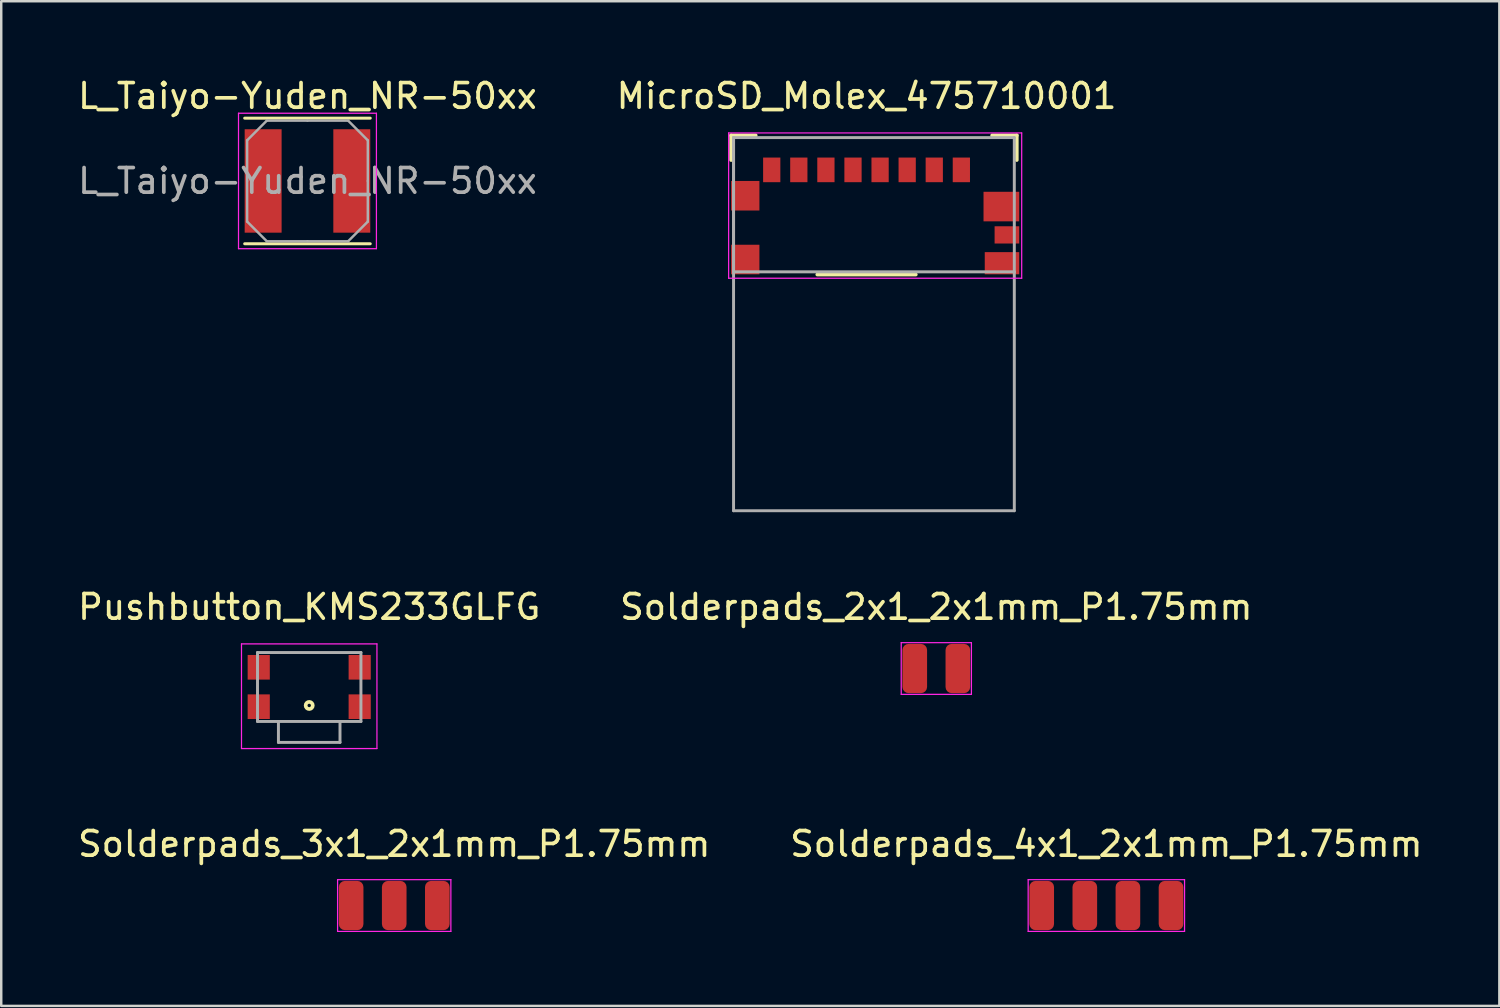
<source format=kicad_pcb>
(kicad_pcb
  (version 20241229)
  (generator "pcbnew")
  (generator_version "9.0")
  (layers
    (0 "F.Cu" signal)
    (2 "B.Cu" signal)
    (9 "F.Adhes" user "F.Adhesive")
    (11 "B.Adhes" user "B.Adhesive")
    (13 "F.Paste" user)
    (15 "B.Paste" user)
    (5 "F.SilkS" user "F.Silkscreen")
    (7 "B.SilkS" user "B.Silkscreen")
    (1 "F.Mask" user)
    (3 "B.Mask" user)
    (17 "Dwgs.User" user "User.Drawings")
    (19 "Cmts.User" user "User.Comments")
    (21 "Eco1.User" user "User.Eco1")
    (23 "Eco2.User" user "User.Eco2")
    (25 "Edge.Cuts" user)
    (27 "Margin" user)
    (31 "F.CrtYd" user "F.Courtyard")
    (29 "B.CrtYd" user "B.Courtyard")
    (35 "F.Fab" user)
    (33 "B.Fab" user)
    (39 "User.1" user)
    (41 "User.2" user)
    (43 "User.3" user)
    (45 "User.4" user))
  (footprint "MicroSD_Molex_475710001"
    (layer "F.Cu")
    (at 32.137 3.848)
    (property "Reference" "MicroSD_Molex_475710001" (at 0 -3 0) (layer "F.SilkS") (effects (font (size 1 1) (thickness 0.15))))
    (attr through_hole)
    (fp_line (start -5.5 -1.4) (end -4.5 -1.4) (stroke (width 0.15) (type solid)) (layer "F.SilkS"))
    (fp_line (start -5.5 -0.4) (end -5.5 -1.4) (stroke (width 0.15) (type solid)) (layer "F.SilkS"))
    (fp_line (start -2 4.25) (end 2 4.25) (stroke (width 0.15) (type solid)) (layer "F.SilkS"))
    (fp_line (start 6.1 -1.4) (end 5.1 -1.4) (stroke (width 0.15) (type solid)) (layer "F.SilkS"))
    (fp_line (start 6.1 -0.4) (end 6.1 -1.4) (stroke (width 0.15) (type solid)) (layer "F.SilkS"))
    (fp_line (start -5.6 -1.5) (end -5.6 4.4) (stroke (width 0.05) (type solid)) (layer "F.CrtYd"))
    (fp_line (start -5.6 4.4) (end 6.3 4.4) (stroke (width 0.05) (type solid)) (layer "F.CrtYd"))
    (fp_line (start 6.3 -1.5) (end -5.6 -1.5) (stroke (width 0.05) (type solid)) (layer "F.CrtYd"))
    (fp_line (start 6.3 4.4) (end 6.3 -1.5) (stroke (width 0.05) (type solid)) (layer "F.CrtYd"))
    (fp_line (start -5.4 -1.31) (end -5.4 4.14) (stroke (width 0.12) (type solid)) (layer "F.Fab"))
    (fp_line (start -5.4 -1.31) (end -5.4 13.84) (stroke (width 0.12) (type solid)) (layer "F.Fab"))
    (fp_line (start -5.4 13.84) (end 6 13.84) (stroke (width 0.12) (type solid)) (layer "F.Fab"))
    (fp_line (start 6 -1.31) (end -5.4 -1.31) (stroke (width 0.12) (type solid)) (layer "F.Fab"))
    (fp_line (start 6 -1.31) (end 6 4.14) (stroke (width 0.12) (type solid)) (layer "F.Fab"))
    (fp_line (start 6 4.14) (end -5.4 4.14) (stroke (width 0.12) (type solid)) (layer "F.Fab"))
    (fp_line (start 6 4.14) (end 6 13.84) (stroke (width 0.12) (type solid)) (layer "F.Fab"))
    (pad "1" smd rect (at 3.85 0) (size 0.7 1) (layers "F.Cu" "F.Mask" "F.Paste"))
    (pad "2" smd rect (at 2.75 0) (size 0.7 1) (layers "F.Cu" "F.Mask" "F.Paste"))
    (pad "3" smd rect (at 1.65 0) (size 0.7 1) (layers "F.Cu" "F.Mask" "F.Paste"))
    (pad "4" smd rect (at 0.55 0) (size 0.7 1) (layers "F.Cu" "F.Mask" "F.Paste"))
    (pad "5" smd rect (at -0.55 0) (size 0.7 1) (layers "F.Cu" "F.Mask" "F.Paste"))
    (pad "6" smd rect (at -1.65 0) (size 0.7 1) (layers "F.Cu" "F.Mask" "F.Paste"))
    (pad "7" smd rect (at -2.75 0) (size 0.7 1) (layers "F.Cu" "F.Mask" "F.Paste"))
    (pad "8" smd rect (at -3.85 0) (size 0.7 1) (layers "F.Cu" "F.Mask" "F.Paste"))
    (pad "9" smd rect (at -4.925 1.05) (size 1.15 1.2) (layers "F.Cu" "F.Mask" "F.Paste"))
    (pad "9" smd rect (at -4.925 3.64) (size 1.15 1.2) (layers "F.Cu" "F.Mask" "F.Paste"))
    (pad "9" smd rect (at 5.475 1.49) (size 1.45 1.2) (layers "F.Cu" "F.Mask" "F.Paste"))
    (pad "G4" smd rect (at 5.7 2.64) (size 1 0.7) (layers "F.Cu" "F.Mask" "F.Paste"))
    (pad "G5" smd rect (at 5.5 3.79) (size 1.4 0.9) (layers "F.Cu" "F.Mask" "F.Paste")))
  (footprint "Solderpads_3x1_2x1mm_P1.75mm"
    (layer "F.Cu")
    (at 12.958 33.72)
    (property "Reference" "Solderpads_3x1_2x1mm_P1.75mm" (at 0 -2.5 0) (layer "F.SilkS") (effects (font (size 1 1) (thickness 0.15))))
    (attr smd)
    (fp_line (start -2.3 -1.05) (end -2.3 1.05) (stroke (width 0.05) (type solid)) (layer "F.CrtYd"))
    (fp_line (start -2.3 -1.05) (end 2.3 -1.05) (stroke (width 0.05) (type solid)) (layer "F.CrtYd"))
    (fp_line (start -2.3 1.05) (end 2.3 1.05) (stroke (width 0.05) (type solid)) (layer "F.CrtYd"))
    (fp_line (start 2.3 -1.05) (end 2.3 1.05) (stroke (width 0.05) (type solid)) (layer "F.CrtYd"))
    (pad "1" connect roundrect (at -1.75 0) (size 1 2) (layers "F.Cu" "F.Mask") (roundrect_rratio 0.25))
    (pad "2" connect roundrect (at 0 0) (size 1 2) (layers "F.Cu" "F.Mask") (roundrect_rratio 0.25))
    (pad "3" connect roundrect (at 1.75 0) (size 1 2) (layers "F.Cu" "F.Mask") (roundrect_rratio 0.25)))
  (footprint "L_Taiyo-Yuden_NR-50xx"
    (layer "F.Cu")
    (at 9.435 4.298)
    (property "Reference" "L_Taiyo-Yuden_NR-50xx" (at 0 -3.45 0) (layer "F.SilkS") (effects (font (size 1 1) (thickness 0.15))))
    (attr smd)
    (fp_line (start -2.55 -2.55) (end 2.55 -2.55) (stroke (width 0.12) (type solid)) (layer "F.SilkS"))
    (fp_line (start -2.55 2.55) (end 2.55 2.55) (stroke (width 0.12) (type solid)) (layer "F.SilkS"))
    (fp_line (start -2.8 -2.75) (end -2.8 2.75) (stroke (width 0.05) (type solid)) (layer "F.CrtYd"))
    (fp_line (start -2.8 2.75) (end 2.8 2.75) (stroke (width 0.05) (type solid)) (layer "F.CrtYd"))
    (fp_line (start 2.8 -2.75) (end -2.8 -2.75) (stroke (width 0.05) (type solid)) (layer "F.CrtYd"))
    (fp_line (start 2.8 2.75) (end 2.8 -2.75) (stroke (width 0.05) (type solid)) (layer "F.CrtYd"))
    (fp_line (start -2.45 -1.65) (end -1.65 -2.45) (stroke (width 0.1) (type solid)) (layer "F.Fab"))
    (fp_line (start -2.45 0) (end -2.45 -1.65) (stroke (width 0.1) (type solid)) (layer "F.Fab"))
    (fp_line (start -2.45 0) (end -2.45 1.65) (stroke (width 0.1) (type solid)) (layer "F.Fab"))
    (fp_line (start -2.45 1.65) (end -1.65 2.45) (stroke (width 0.1) (type solid)) (layer "F.Fab"))
    (fp_line (start -1.65 -2.45) (end 0 -2.45) (stroke (width 0.1) (type solid)) (layer "F.Fab"))
    (fp_line (start -1.65 2.45) (end 0 2.45) (stroke (width 0.1) (type solid)) (layer "F.Fab"))
    (fp_line (start 1.65 -2.45) (end 0 -2.45) (stroke (width 0.1) (type solid)) (layer "F.Fab"))
    (fp_line (start 1.65 2.45) (end 0 2.45) (stroke (width 0.1) (type solid)) (layer "F.Fab"))
    (fp_line (start 2.45 -1.65) (end 1.65 -2.45) (stroke (width 0.1) (type solid)) (layer "F.Fab"))
    (fp_line (start 2.45 0) (end 2.45 -1.65) (stroke (width 0.1) (type solid)) (layer "F.Fab"))
    (fp_line (start 2.45 0) (end 2.45 1.65) (stroke (width 0.1) (type solid)) (layer "F.Fab"))
    (fp_line (start 2.45 1.65) (end 1.65 2.45) (stroke (width 0.1) (type solid)) (layer "F.Fab"))
    (fp_text user "${REFERENCE}" (at 0 0 0) (layer "F.Fab") (effects (font (size 1 1) (thickness 0.15))))
    (pad "1" smd rect (at -1.8 0) (size 1.5 4.2) (layers "F.Cu" "F.Mask" "F.Paste"))
    (pad "2" smd rect (at 1.8 0) (size 1.5 4.2) (layers "F.Cu" "F.Mask" "F.Paste")))
  (footprint "Solderpads_4x1_2x1mm_P1.75mm"
    (layer "F.Cu")
    (at 41.875 33.72)
    (property "Reference" "Solderpads_4x1_2x1mm_P1.75mm" (at 0 -2.5 0) (layer "F.SilkS") (effects (font (size 1 1) (thickness 0.15))))
    (attr smd)
    (fp_line (start -3.175 -1.05) (end -3.175 1.05) (stroke (width 0.05) (type solid)) (layer "F.CrtYd"))
    (fp_line (start -3.175 -1.05) (end 3.175 -1.05) (stroke (width 0.05) (type solid)) (layer "F.CrtYd"))
    (fp_line (start -3.175 1.05) (end 3.175 1.05) (stroke (width 0.05) (type solid)) (layer "F.CrtYd"))
    (fp_line (start 3.175 -1.05) (end 3.175 1.05) (stroke (width 0.05) (type solid)) (layer "F.CrtYd"))
    (pad "1" connect roundrect (at -2.625 0) (size 1 2) (layers "F.Cu" "F.Mask") (roundrect_rratio 0.25))
    (pad "2" connect roundrect (at -0.875 0) (size 1 2) (layers "F.Cu" "F.Mask") (roundrect_rratio 0.25))
    (pad "3" connect roundrect (at 0.875 0) (size 1 2) (layers "F.Cu" "F.Mask") (roundrect_rratio 0.25))
    (pad "4" connect roundrect (at 2.625 0) (size 1 2) (layers "F.Cu" "F.Mask") (roundrect_rratio 0.25)))
  (footprint "Solderpads_2x1_2x1mm_P1.75mm"
    (layer "F.Cu")
    (at 34.97 24.096)
    (property "Reference" "Solderpads_2x1_2x1mm_P1.75mm" (at 0 -2.5 0) (layer "F.SilkS") (effects (font (size 1 1) (thickness 0.15))))
    (attr smd)
    (fp_line (start -1.425 -1.05) (end -1.425 1.05) (stroke (width 0.05) (type solid)) (layer "F.CrtYd"))
    (fp_line (start -1.425 -1.05) (end 1.425 -1.05) (stroke (width 0.05) (type solid)) (layer "F.CrtYd"))
    (fp_line (start -1.425 1.05) (end 1.425 1.05) (stroke (width 0.05) (type solid)) (layer "F.CrtYd"))
    (fp_line (start 1.425 -1.05) (end 1.425 1.05) (stroke (width 0.05) (type solid)) (layer "F.CrtYd"))
    (pad "1" connect roundrect (at -0.875 0) (size 1 2) (layers "F.Cu" "F.Mask") (roundrect_rratio 0.25))
    (pad "2" connect roundrect (at 0.875 0) (size 1 2) (layers "F.Cu" "F.Mask") (roundrect_rratio 0.25)))
  (footprint "Pushbutton_KMS233GLFG"
    (layer "F.Cu")
    (at 9.506 24.846)
    (property "Reference" "Pushbutton_KMS233GLFG" (at 0 -3.25 0) (layer "F.SilkS") (effects (font (size 1 1) (thickness 0.15))))
    (attr through_hole)
    (fp_circle (center 0 0.75) (end 0.07 0.75) (stroke (width 0.15) (type solid)) (fill no) (layer "F.SilkS"))
    (fp_line (start -2.75 -1.75) (end -2.75 2.5) (stroke (width 0.05) (type solid)) (layer "F.CrtYd"))
    (fp_line (start -2.75 2.5) (end 2.75 2.5) (stroke (width 0.05) (type solid)) (layer "F.CrtYd"))
    (fp_line (start 2.75 -1.75) (end -2.75 -1.75) (stroke (width 0.05) (type solid)) (layer "F.CrtYd"))
    (fp_line (start 2.75 2.5) (end 2.75 -1.75) (stroke (width 0.05) (type solid)) (layer "F.CrtYd"))
    (fp_line (start -2.1 -1.4) (end -2.1 1.4) (stroke (width 0.12) (type solid)) (layer "F.Fab"))
    (fp_line (start -2.1 1.4) (end 2.1 1.4) (stroke (width 0.12) (type solid)) (layer "F.Fab"))
    (fp_line (start -1.25 1.4) (end -1.25 2.25) (stroke (width 0.12) (type solid)) (layer "F.Fab"))
    (fp_line (start -1.25 2.25) (end 1.25 2.25) (stroke (width 0.12) (type solid)) (layer "F.Fab"))
    (fp_line (start 1.25 1.4) (end 1.25 2.25) (stroke (width 0.12) (type solid)) (layer "F.Fab"))
    (fp_line (start 2.1 -1.4) (end -2.1 -1.4) (stroke (width 0.12) (type solid)) (layer "F.Fab"))
    (fp_line (start 2.1 1.4) (end 2.1 -1.4) (stroke (width 0.12) (type solid)) (layer "F.Fab"))
    (pad "1" smd rect (at -2.05 0.8) (size 0.9 1) (layers "F.Cu" "F.Mask" "F.Paste"))
    (pad "2" smd rect (at -2.05 -0.8) (size 0.9 1) (layers "F.Cu" "F.Mask" "F.Paste"))
    (pad "4" smd rect (at 2.05 -0.8) (size 0.9 1) (layers "F.Cu" "F.Mask" "F.Paste"))
    (pad "5" smd rect (at 2.05 0.8) (size 0.9 1) (layers "F.Cu" "F.Mask" "F.Paste")))
  (gr_rect
    (start -3 -3)
    (end 57.833 37.795)
    (stroke (width 0.1) (type default))
    (fill no)
    (layer "Edge.Cuts")))
</source>
